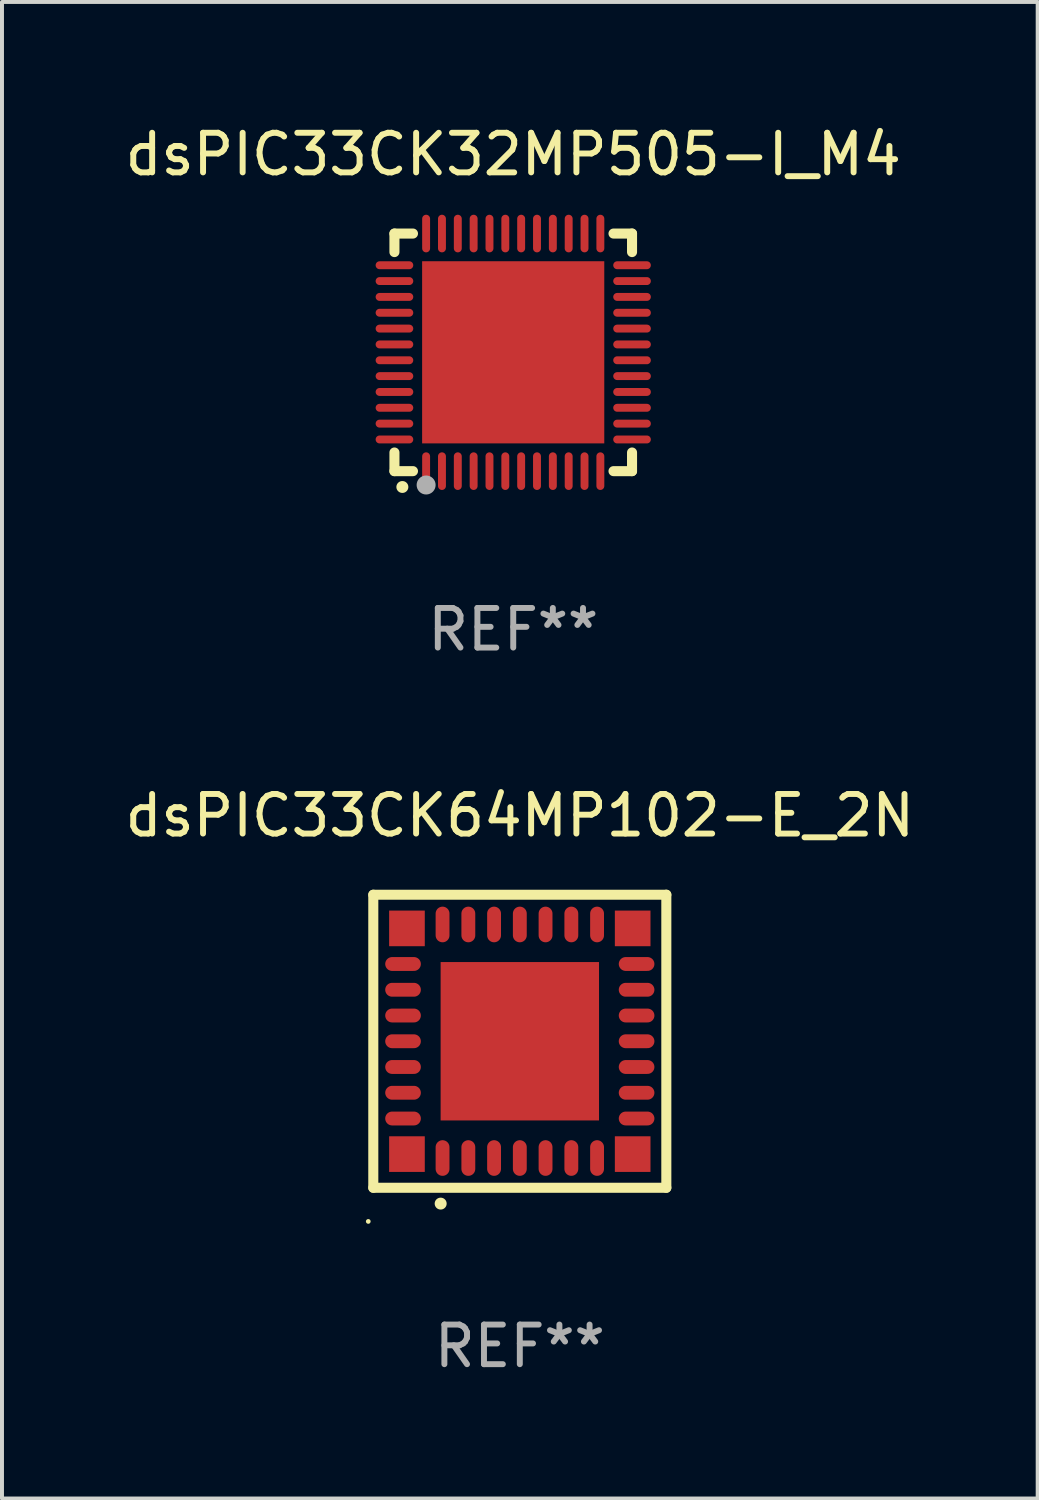
<source format=kicad_pcb>
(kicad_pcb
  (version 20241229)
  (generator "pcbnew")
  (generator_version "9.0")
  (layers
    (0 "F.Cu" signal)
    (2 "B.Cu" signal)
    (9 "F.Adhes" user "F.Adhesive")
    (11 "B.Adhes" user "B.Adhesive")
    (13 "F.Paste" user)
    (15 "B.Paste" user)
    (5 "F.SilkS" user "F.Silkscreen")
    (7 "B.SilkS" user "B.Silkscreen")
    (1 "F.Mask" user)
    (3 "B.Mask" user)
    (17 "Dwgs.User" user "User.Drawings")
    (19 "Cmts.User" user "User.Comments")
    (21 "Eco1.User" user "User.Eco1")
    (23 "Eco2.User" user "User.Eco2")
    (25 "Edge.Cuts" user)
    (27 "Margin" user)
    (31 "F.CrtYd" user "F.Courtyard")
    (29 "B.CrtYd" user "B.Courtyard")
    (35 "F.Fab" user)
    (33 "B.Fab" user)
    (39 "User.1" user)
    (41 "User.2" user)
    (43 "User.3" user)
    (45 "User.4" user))
  (footprint "dsPIC33CK64MP102-E_2N"
    (layer "F.Cu")
    (at 10.077 23.245)
    (property "Reference" "dsPIC33CK64MP102-E_2N" (at 0 -5.7 0) (layer "F.SilkS") (effects (font (size 1 1) (thickness 0.15))))
    (attr through_hole)
    (fp_line (start -3.7 -3.7) (end 3.7 -3.7) (stroke (width 0.254) (type solid)) (layer "F.SilkS"))
    (fp_line (start -3.7 3.7) (end -3.7 -3.7) (stroke (width 0.254) (type solid)) (layer "F.SilkS"))
    (fp_line (start 3.7 -3.7) (end 3.7 3.7) (stroke (width 0.254) (type solid)) (layer "F.SilkS"))
    (fp_line (start 3.7 3.7) (end -3.7 3.7) (stroke (width 0.254) (type solid)) (layer "F.SilkS"))
    (fp_arc (start -2 4.1) (mid -1.99873 4.099995) (end -1.99746 4.1) (stroke (width 0.3) (type solid)) (layer "F.SilkS"))
    (fp_circle (center -3.827 4.55) (end -3.797 4.55) (stroke (width 0.06) (type solid)) (fill no) (layer "F.SilkS"))
    (fp_text user "REF**" (at 0 7.7 0) (layer "F.Fab") (effects (font (size 1 1) (thickness 0.15))))
    (pad "1" smd oval (at -1.951 2.949 180) (size 0.35 0.9) (layers "F.Cu" "F.Mask" "F.Paste"))
    (pad "2" smd oval (at -1.3 2.949 180) (size 0.35 0.9) (layers "F.Cu" "F.Mask" "F.Paste"))
    (pad "3" smd oval (at -0.65 2.949 180) (size 0.35 0.9) (layers "F.Cu" "F.Mask" "F.Paste"))
    (pad "4" smd oval (at 0.000051 2.949 180) (size 0.35 0.9) (layers "F.Cu" "F.Mask" "F.Paste"))
    (pad "5" smd oval (at 0.65 2.949 180) (size 0.35 0.9) (layers "F.Cu" "F.Mask" "F.Paste"))
    (pad "6" smd oval (at 1.301 2.949 180) (size 0.35 0.9) (layers "F.Cu" "F.Mask" "F.Paste"))
    (pad "7" smd oval (at 1.951 2.949 180) (size 0.35 0.9) (layers "F.Cu" "F.Mask" "F.Paste"))
    (pad "8" smd oval (at 2.949 1.951 90) (size 0.35 0.9) (layers "F.Cu" "F.Mask" "F.Paste"))
    (pad "9" smd oval (at 2.949 1.301 90) (size 0.35 0.9) (layers "F.Cu" "F.Mask" "F.Paste"))
    (pad "10" smd oval (at 2.949 0.65 90) (size 0.35 0.9) (layers "F.Cu" "F.Mask" "F.Paste"))
    (pad "11" smd oval (at 2.949 0.000051 90) (size 0.35 0.9) (layers "F.Cu" "F.Mask" "F.Paste"))
    (pad "12" smd oval (at 2.949 -0.65 90) (size 0.35 0.9) (layers "F.Cu" "F.Mask" "F.Paste"))
    (pad "13" smd oval (at 2.949 -1.3 90) (size 0.35 0.9) (layers "F.Cu" "F.Mask" "F.Paste"))
    (pad "14" smd oval (at 2.949 -1.951 90) (size 0.35 0.9) (layers "F.Cu" "F.Mask" "F.Paste"))
    (pad "15" smd oval (at 1.951 -2.949 180) (size 0.35 0.9) (layers "F.Cu" "F.Mask" "F.Paste"))
    (pad "16" smd oval (at 1.301 -2.949 180) (size 0.35 0.9) (layers "F.Cu" "F.Mask" "F.Paste"))
    (pad "17" smd oval (at 0.65 -2.949 180) (size 0.35 0.9) (layers "F.Cu" "F.Mask" "F.Paste"))
    (pad "18" smd oval (at 0.000051 -2.949 180) (size 0.35 0.9) (layers "F.Cu" "F.Mask" "F.Paste"))
    (pad "19" smd oval (at -0.65 -2.949 180) (size 0.35 0.9) (layers "F.Cu" "F.Mask" "F.Paste"))
    (pad "20" smd oval (at -1.3 -2.949 180) (size 0.35 0.9) (layers "F.Cu" "F.Mask" "F.Paste"))
    (pad "21" smd oval (at -1.951 -2.949 180) (size 0.35 0.9) (layers "F.Cu" "F.Mask" "F.Paste"))
    (pad "22" smd oval (at -2.949 -1.951 90) (size 0.35 0.9) (layers "F.Cu" "F.Mask" "F.Paste"))
    (pad "23" smd oval (at -2.949 -1.3 90) (size 0.35 0.9) (layers "F.Cu" "F.Mask" "F.Paste"))
    (pad "24" smd oval (at -2.949 -0.65 90) (size 0.35 0.9) (layers "F.Cu" "F.Mask" "F.Paste"))
    (pad "25" smd oval (at -2.949 0.000051 90) (size 0.35 0.9) (layers "F.Cu" "F.Mask" "F.Paste"))
    (pad "26" smd oval (at -2.949 0.65 90) (size 0.35 0.9) (layers "F.Cu" "F.Mask" "F.Paste"))
    (pad "27" smd oval (at -2.949 1.301 90) (size 0.35 0.9) (layers "F.Cu" "F.Mask" "F.Paste"))
    (pad "28" smd oval (at -2.949 1.951 90) (size 0.35 0.9) (layers "F.Cu" "F.Mask" "F.Paste"))
    (pad "29" smd rect (at -2.85 -2.85 90) (size 0.9 0.9) (layers "F.Cu" "F.Mask" "F.Paste"))
    (pad "29" smd rect (at -2.85 2.85 90) (size 0.9 0.9) (layers "F.Cu" "F.Mask" "F.Paste"))
    (pad "29" smd rect (at 0.000051 0.000051 90) (size 4 4) (layers "F.Cu" "F.Mask" "F.Paste"))
    (pad "29" smd rect (at 2.85 -2.85 90) (size 0.9 0.9) (layers "F.Cu" "F.Mask" "F.Paste"))
    (pad "29" smd rect (at 2.85 2.85 90) (size 0.9 0.9) (layers "F.Cu" "F.Mask" "F.Paste")))
  (footprint "dsPIC33CK32MP505-I_M4"
    (layer "F.Cu")
    (at 9.911 5.848)
    (property "Reference" "dsPIC33CK32MP505-I_M4" (at 0 -5 0) (layer "F.SilkS") (effects (font (size 1 1) (thickness 0.15))))
    (attr through_hole)
    (fp_line (start -3 -3) (end -2.532 -3) (stroke (width 0.254) (type solid)) (layer "F.SilkS"))
    (fp_line (start -3 -2.532) (end -3 -3) (stroke (width 0.254) (type solid)) (layer "F.SilkS"))
    (fp_line (start -3 3) (end -3 2.529) (stroke (width 0.254) (type solid)) (layer "F.SilkS"))
    (fp_line (start -2.532 3) (end -3 3) (stroke (width 0.254) (type solid)) (layer "F.SilkS"))
    (fp_line (start 2.532 -3) (end 3 -3) (stroke (width 0.254) (type solid)) (layer "F.SilkS"))
    (fp_line (start 3 -3) (end 3 -2.532) (stroke (width 0.254) (type solid)) (layer "F.SilkS"))
    (fp_line (start 3 2.529) (end 3 3) (stroke (width 0.254) (type solid)) (layer "F.SilkS"))
    (fp_line (start 3 3) (end 2.532 3) (stroke (width 0.254) (type solid)) (layer "F.SilkS"))
    (fp_arc (start -2.801295 3.400025) (mid -2.800025 3.40002) (end -2.798755 3.400025) (stroke (width 0.3) (type solid)) (layer "F.SilkS"))
    (fp_circle (center -3 3) (end -2.97 3) (stroke (width 0.06) (type solid)) (fill no) (layer "F.SilkS"))
    (fp_circle (center -2.2 3.35) (end -2.08 3.35) (stroke (width 0.24) (type solid)) (fill no) (layer "F.Fab"))
    (fp_text user "REF**" (at 0 7 0) (layer "F.Fab") (effects (font (size 1 1) (thickness 0.15))))
    (pad "1" smd oval (at -2.2 3) (size 0.2 0.95) (layers "F.Cu" "F.Mask" "F.Paste"))
    (pad "2" smd oval (at -1.8 3) (size 0.2 0.95) (layers "F.Cu" "F.Mask" "F.Paste"))
    (pad "3" smd oval (at -1.4 3) (size 0.2 0.95) (layers "F.Cu" "F.Mask" "F.Paste"))
    (pad "4" smd oval (at -1 3) (size 0.2 0.95) (layers "F.Cu" "F.Mask" "F.Paste"))
    (pad "5" smd oval (at -0.6 3) (size 0.2 0.95) (layers "F.Cu" "F.Mask" "F.Paste"))
    (pad "6" smd oval (at -0.2 3) (size 0.2 0.95) (layers "F.Cu" "F.Mask" "F.Paste"))
    (pad "7" smd oval (at 0.2 3) (size 0.2 0.95) (layers "F.Cu" "F.Mask" "F.Paste"))
    (pad "8" smd oval (at 0.6 3) (size 0.2 0.95) (layers "F.Cu" "F.Mask" "F.Paste"))
    (pad "9" smd oval (at 1 3) (size 0.2 0.95) (layers "F.Cu" "F.Mask" "F.Paste"))
    (pad "10" smd oval (at 1.4 3) (size 0.2 0.95) (layers "F.Cu" "F.Mask" "F.Paste"))
    (pad "11" smd oval (at 1.8 3) (size 0.2 0.95) (layers "F.Cu" "F.Mask" "F.Paste"))
    (pad "12" smd oval (at 2.2 3) (size 0.2 0.95) (layers "F.Cu" "F.Mask" "F.Paste"))
    (pad "13" smd oval (at 3 2.2 90) (size 0.2 0.95) (layers "F.Cu" "F.Mask" "F.Paste"))
    (pad "14" smd oval (at 3 1.8 90) (size 0.2 0.95) (layers "F.Cu" "F.Mask" "F.Paste"))
    (pad "15" smd oval (at 3 1.4 90) (size 0.2 0.95) (layers "F.Cu" "F.Mask" "F.Paste"))
    (pad "16" smd oval (at 3 1 90) (size 0.2 0.95) (layers "F.Cu" "F.Mask" "F.Paste"))
    (pad "17" smd oval (at 3 0.6 90) (size 0.2 0.95) (layers "F.Cu" "F.Mask" "F.Paste"))
    (pad "18" smd oval (at 3 0.2 90) (size 0.2 0.95) (layers "F.Cu" "F.Mask" "F.Paste"))
    (pad "19" smd oval (at 3 -0.2 90) (size 0.2 0.95) (layers "F.Cu" "F.Mask" "F.Paste"))
    (pad "20" smd oval (at 3 -0.6 90) (size 0.2 0.95) (layers "F.Cu" "F.Mask" "F.Paste"))
    (pad "21" smd oval (at 3 -1 90) (size 0.2 0.95) (layers "F.Cu" "F.Mask" "F.Paste"))
    (pad "22" smd oval (at 3 -1.4 90) (size 0.2 0.95) (layers "F.Cu" "F.Mask" "F.Paste"))
    (pad "23" smd oval (at 3 -1.8 90) (size 0.2 0.95) (layers "F.Cu" "F.Mask" "F.Paste"))
    (pad "24" smd oval (at 3 -2.2 90) (size 0.2 0.95) (layers "F.Cu" "F.Mask" "F.Paste"))
    (pad "25" smd oval (at 2.2 -3 180) (size 0.2 0.95) (layers "F.Cu" "F.Mask" "F.Paste"))
    (pad "26" smd oval (at 1.8 -3 180) (size 0.2 0.95) (layers "F.Cu" "F.Mask" "F.Paste"))
    (pad "27" smd oval (at 1.4 -3 180) (size 0.2 0.95) (layers "F.Cu" "F.Mask" "F.Paste"))
    (pad "28" smd oval (at 1 -3 180) (size 0.2 0.95) (layers "F.Cu" "F.Mask" "F.Paste"))
    (pad "29" smd oval (at 0.6 -3 180) (size 0.2 0.95) (layers "F.Cu" "F.Mask" "F.Paste"))
    (pad "30" smd oval (at 0.2 -3 180) (size 0.2 0.95) (layers "F.Cu" "F.Mask" "F.Paste"))
    (pad "31" smd oval (at -0.2 -3 180) (size 0.2 0.95) (layers "F.Cu" "F.Mask" "F.Paste"))
    (pad "32" smd oval (at -0.6 -3 180) (size 0.2 0.95) (layers "F.Cu" "F.Mask" "F.Paste"))
    (pad "33" smd oval (at -1 -3 180) (size 0.2 0.95) (layers "F.Cu" "F.Mask" "F.Paste"))
    (pad "34" smd oval (at -1.4 -3 180) (size 0.2 0.95) (layers "F.Cu" "F.Mask" "F.Paste"))
    (pad "35" smd oval (at -1.8 -3 180) (size 0.2 0.95) (layers "F.Cu" "F.Mask" "F.Paste"))
    (pad "36" smd oval (at -2.2 -3 180) (size 0.2 0.95) (layers "F.Cu" "F.Mask" "F.Paste"))
    (pad "37" smd oval (at -3 -2.2 270) (size 0.2 0.95) (layers "F.Cu" "F.Mask" "F.Paste"))
    (pad "38" smd oval (at -3 -1.8 270) (size 0.2 0.95) (layers "F.Cu" "F.Mask" "F.Paste"))
    (pad "39" smd oval (at -3 -1.4 270) (size 0.2 0.95) (layers "F.Cu" "F.Mask" "F.Paste"))
    (pad "40" smd oval (at -3 -1 270) (size 0.2 0.95) (layers "F.Cu" "F.Mask" "F.Paste"))
    (pad "41" smd oval (at -3 -0.6 270) (size 0.2 0.95) (layers "F.Cu" "F.Mask" "F.Paste"))
    (pad "42" smd oval (at -3 -0.2 270) (size 0.2 0.95) (layers "F.Cu" "F.Mask" "F.Paste"))
    (pad "43" smd oval (at -3 0.2 270) (size 0.2 0.95) (layers "F.Cu" "F.Mask" "F.Paste"))
    (pad "44" smd oval (at -3 0.6 270) (size 0.2 0.95) (layers "F.Cu" "F.Mask" "F.Paste"))
    (pad "45" smd oval (at -3 1 270) (size 0.2 0.95) (layers "F.Cu" "F.Mask" "F.Paste"))
    (pad "46" smd oval (at -3 1.4 270) (size 0.2 0.95) (layers "F.Cu" "F.Mask" "F.Paste"))
    (pad "47" smd oval (at -3 1.8 270) (size 0.2 0.95) (layers "F.Cu" "F.Mask" "F.Paste"))
    (pad "48" smd oval (at -3 2.2 270) (size 0.2 0.95) (layers "F.Cu" "F.Mask" "F.Paste"))
    (pad "49" smd rect (at -0.001 -0.001 180) (size 4.6 4.6) (layers "F.Cu" "F.Mask" "F.Paste")))
  (gr_rect
    (start -3 -3)
    (end 23.155 34.793)
    (stroke (width 0.1) (type default))
    (fill no)
    (layer "Edge.Cuts")))
</source>
